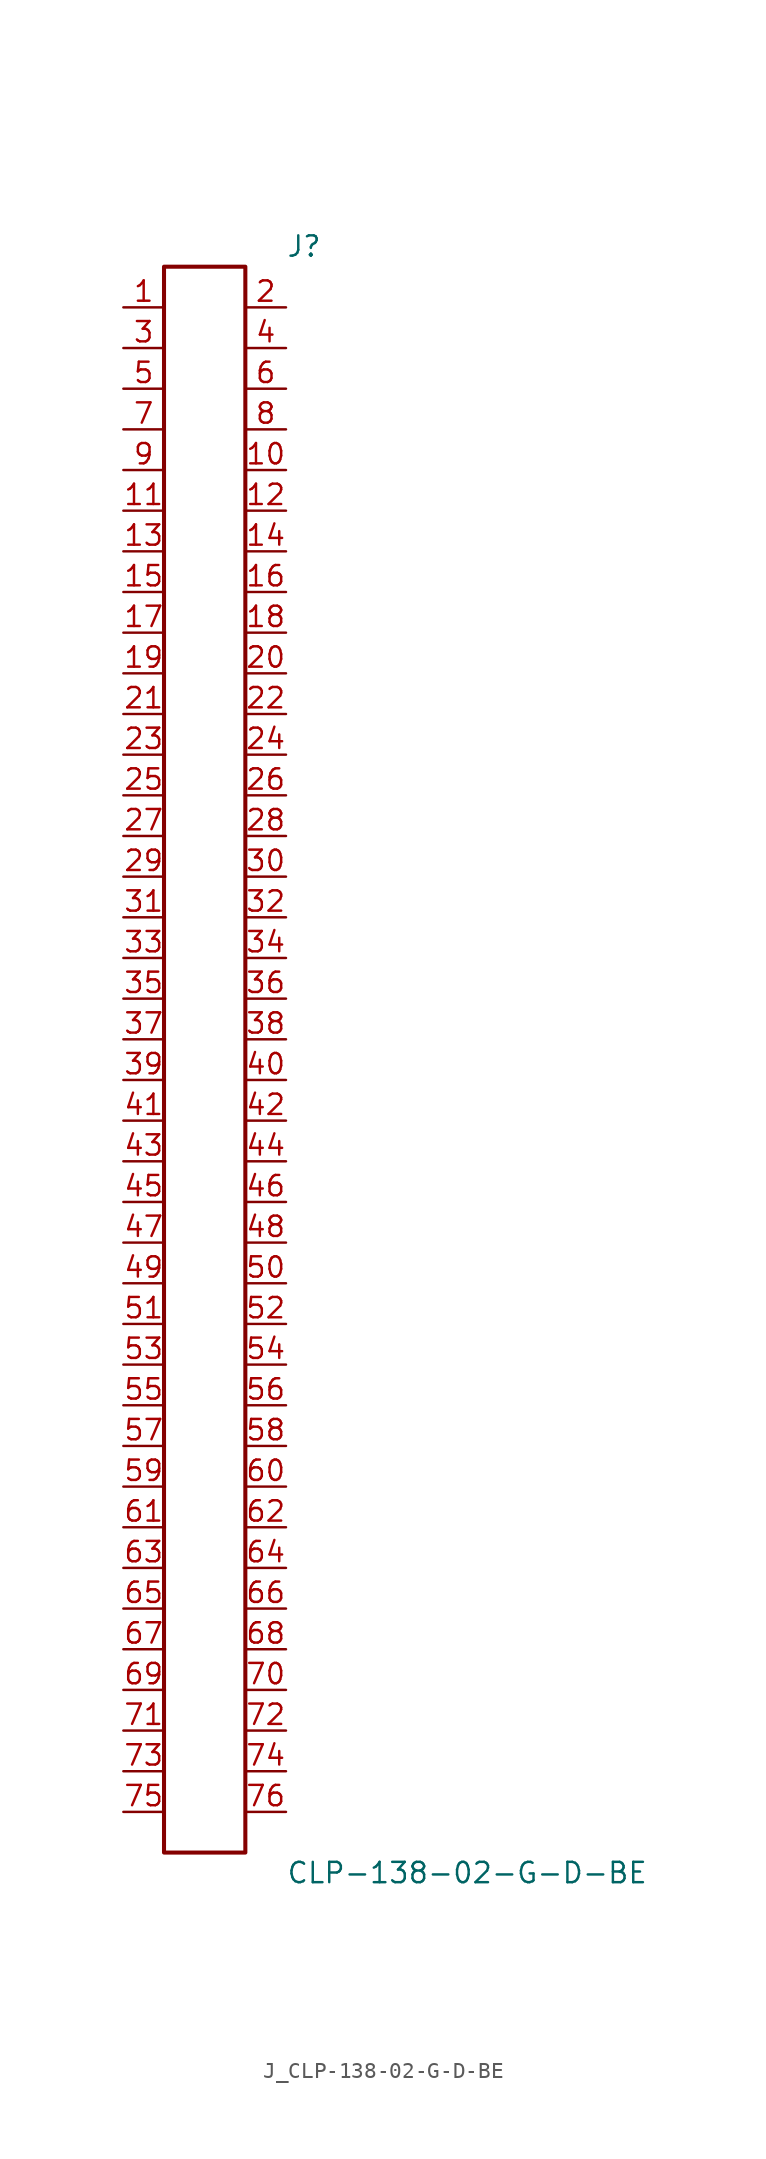
<source format=kicad_sym>
(kicad_symbol_lib
  (version 20231120)
  (generator kicad_symbol_editor)
  (generator_version 8.0)
  (symbol "J_CLP-138-02-G-D-BE"
    (pin_names
      (offset 0.254))
    (property "Reference" "J"
      (at 5.08 50.8 0)
      (effects (font (size 1.27 1.27)) (justify left)))
    (property "Value" "CLP-138-02-G-D-BE"
      (at 5.08 -50.8 0)
      (effects (font (size 1.27 1.27)) (justify left)))
    (symbol "J_CLP-138-02-G-D-BE_0_0"
      (pin passive line (at -5.08 46.99 0) (length 2.54) (name "" (effects (font (size 1.27 1.27)))) (number "1" (effects (font (size 1.27 1.27)))))
      (pin passive line (at 5.08 46.99 180) (length 2.54) (name "" (effects (font (size 1.27 1.27)))) (number "2" (effects (font (size 1.27 1.27)))))
      (pin passive line (at -5.08 44.45 0) (length 2.54) (name "" (effects (font (size 1.27 1.27)))) (number "3" (effects (font (size 1.27 1.27)))))
      (pin passive line (at 5.08 44.45 180) (length 2.54) (name "" (effects (font (size 1.27 1.27)))) (number "4" (effects (font (size 1.27 1.27)))))
      (pin passive line (at -5.08 41.91 0) (length 2.54) (name "" (effects (font (size 1.27 1.27)))) (number "5" (effects (font (size 1.27 1.27)))))
      (pin passive line (at 5.08 41.91 180) (length 2.54) (name "" (effects (font (size 1.27 1.27)))) (number "6" (effects (font (size 1.27 1.27)))))
      (pin passive line (at -5.08 39.37 0) (length 2.54) (name "" (effects (font (size 1.27 1.27)))) (number "7" (effects (font (size 1.27 1.27)))))
      (pin passive line (at 5.08 39.37 180) (length 2.54) (name "" (effects (font (size 1.27 1.27)))) (number "8" (effects (font (size 1.27 1.27)))))
      (pin passive line (at -5.08 36.83 0) (length 2.54) (name "" (effects (font (size 1.27 1.27)))) (number "9" (effects (font (size 1.27 1.27)))))
      (pin passive line (at 5.08 36.83 180) (length 2.54) (name "" (effects (font (size 1.27 1.27)))) (number "10" (effects (font (size 1.27 1.27)))))
      (pin passive line (at -5.08 34.29 0) (length 2.54) (name "" (effects (font (size 1.27 1.27)))) (number "11" (effects (font (size 1.27 1.27)))))
      (pin passive line (at 5.08 34.29 180) (length 2.54) (name "" (effects (font (size 1.27 1.27)))) (number "12" (effects (font (size 1.27 1.27)))))
      (pin passive line (at -5.08 31.75 0) (length 2.54) (name "" (effects (font (size 1.27 1.27)))) (number "13" (effects (font (size 1.27 1.27)))))
      (pin passive line (at 5.08 31.75 180) (length 2.54) (name "" (effects (font (size 1.27 1.27)))) (number "14" (effects (font (size 1.27 1.27)))))
      (pin passive line (at -5.08 29.21 0) (length 2.54) (name "" (effects (font (size 1.27 1.27)))) (number "15" (effects (font (size 1.27 1.27)))))
      (pin passive line (at 5.08 29.21 180) (length 2.54) (name "" (effects (font (size 1.27 1.27)))) (number "16" (effects (font (size 1.27 1.27)))))
      (pin passive line (at -5.08 26.67 0) (length 2.54) (name "" (effects (font (size 1.27 1.27)))) (number "17" (effects (font (size 1.27 1.27)))))
      (pin passive line (at 5.08 26.67 180) (length 2.54) (name "" (effects (font (size 1.27 1.27)))) (number "18" (effects (font (size 1.27 1.27)))))
      (pin passive line (at -5.08 24.13 0) (length 2.54) (name "" (effects (font (size 1.27 1.27)))) (number "19" (effects (font (size 1.27 1.27)))))
      (pin passive line (at 5.08 24.13 180) (length 2.54) (name "" (effects (font (size 1.27 1.27)))) (number "20" (effects (font (size 1.27 1.27)))))
      (pin passive line (at -5.08 21.59 0) (length 2.54) (name "" (effects (font (size 1.27 1.27)))) (number "21" (effects (font (size 1.27 1.27)))))
      (pin passive line (at 5.08 21.59 180) (length 2.54) (name "" (effects (font (size 1.27 1.27)))) (number "22" (effects (font (size 1.27 1.27)))))
      (pin passive line (at -5.08 19.05 0) (length 2.54) (name "" (effects (font (size 1.27 1.27)))) (number "23" (effects (font (size 1.27 1.27)))))
      (pin passive line (at 5.08 19.05 180) (length 2.54) (name "" (effects (font (size 1.27 1.27)))) (number "24" (effects (font (size 1.27 1.27)))))
      (pin passive line (at -5.08 16.51 0) (length 2.54) (name "" (effects (font (size 1.27 1.27)))) (number "25" (effects (font (size 1.27 1.27)))))
      (pin passive line (at 5.08 16.51 180) (length 2.54) (name "" (effects (font (size 1.27 1.27)))) (number "26" (effects (font (size 1.27 1.27)))))
      (pin passive line (at -5.08 13.97 0) (length 2.54) (name "" (effects (font (size 1.27 1.27)))) (number "27" (effects (font (size 1.27 1.27)))))
      (pin passive line (at 5.08 13.97 180) (length 2.54) (name "" (effects (font (size 1.27 1.27)))) (number "28" (effects (font (size 1.27 1.27)))))
      (pin passive line (at -5.08 11.43 0) (length 2.54) (name "" (effects (font (size 1.27 1.27)))) (number "29" (effects (font (size 1.27 1.27)))))
      (pin passive line (at 5.08 11.43 180) (length 2.54) (name "" (effects (font (size 1.27 1.27)))) (number "30" (effects (font (size 1.27 1.27)))))
      (pin passive line (at -5.08 8.89 0) (length 2.54) (name "" (effects (font (size 1.27 1.27)))) (number "31" (effects (font (size 1.27 1.27)))))
      (pin passive line (at 5.08 8.89 180) (length 2.54) (name "" (effects (font (size 1.27 1.27)))) (number "32" (effects (font (size 1.27 1.27)))))
      (pin passive line (at -5.08 6.35 0) (length 2.54) (name "" (effects (font (size 1.27 1.27)))) (number "33" (effects (font (size 1.27 1.27)))))
      (pin passive line (at 5.08 6.35 180) (length 2.54) (name "" (effects (font (size 1.27 1.27)))) (number "34" (effects (font (size 1.27 1.27)))))
      (pin passive line (at -5.08 3.81 0) (length 2.54) (name "" (effects (font (size 1.27 1.27)))) (number "35" (effects (font (size 1.27 1.27)))))
      (pin passive line (at 5.08 3.81 180) (length 2.54) (name "" (effects (font (size 1.27 1.27)))) (number "36" (effects (font (size 1.27 1.27)))))
      (pin passive line (at -5.08 1.27 0) (length 2.54) (name "" (effects (font (size 1.27 1.27)))) (number "37" (effects (font (size 1.27 1.27)))))
      (pin passive line (at 5.08 1.27 180) (length 2.54) (name "" (effects (font (size 1.27 1.27)))) (number "38" (effects (font (size 1.27 1.27)))))
      (pin passive line (at -5.08 -1.27 0) (length 2.54) (name "" (effects (font (size 1.27 1.27)))) (number "39" (effects (font (size 1.27 1.27)))))
      (pin passive line (at 5.08 -1.27 180) (length 2.54) (name "" (effects (font (size 1.27 1.27)))) (number "40" (effects (font (size 1.27 1.27)))))
      (pin passive line (at -5.08 -3.81 0) (length 2.54) (name "" (effects (font (size 1.27 1.27)))) (number "41" (effects (font (size 1.27 1.27)))))
      (pin passive line (at 5.08 -3.81 180) (length 2.54) (name "" (effects (font (size 1.27 1.27)))) (number "42" (effects (font (size 1.27 1.27)))))
      (pin passive line (at -5.08 -6.35 0) (length 2.54) (name "" (effects (font (size 1.27 1.27)))) (number "43" (effects (font (size 1.27 1.27)))))
      (pin passive line (at 5.08 -6.35 180) (length 2.54) (name "" (effects (font (size 1.27 1.27)))) (number "44" (effects (font (size 1.27 1.27)))))
      (pin passive line (at -5.08 -8.89 0) (length 2.54) (name "" (effects (font (size 1.27 1.27)))) (number "45" (effects (font (size 1.27 1.27)))))
      (pin passive line (at 5.08 -8.89 180) (length 2.54) (name "" (effects (font (size 1.27 1.27)))) (number "46" (effects (font (size 1.27 1.27)))))
      (pin passive line (at -5.08 -11.43 0) (length 2.54) (name "" (effects (font (size 1.27 1.27)))) (number "47" (effects (font (size 1.27 1.27)))))
      (pin passive line (at 5.08 -11.43 180) (length 2.54) (name "" (effects (font (size 1.27 1.27)))) (number "48" (effects (font (size 1.27 1.27)))))
      (pin passive line (at -5.08 -13.97 0) (length 2.54) (name "" (effects (font (size 1.27 1.27)))) (number "49" (effects (font (size 1.27 1.27)))))
      (pin passive line (at 5.08 -13.97 180) (length 2.54) (name "" (effects (font (size 1.27 1.27)))) (number "50" (effects (font (size 1.27 1.27)))))
      (pin passive line (at -5.08 -16.51 0) (length 2.54) (name "" (effects (font (size 1.27 1.27)))) (number "51" (effects (font (size 1.27 1.27)))))
      (pin passive line (at 5.08 -16.51 180) (length 2.54) (name "" (effects (font (size 1.27 1.27)))) (number "52" (effects (font (size 1.27 1.27)))))
      (pin passive line (at -5.08 -19.05 0) (length 2.54) (name "" (effects (font (size 1.27 1.27)))) (number "53" (effects (font (size 1.27 1.27)))))
      (pin passive line (at 5.08 -19.05 180) (length 2.54) (name "" (effects (font (size 1.27 1.27)))) (number "54" (effects (font (size 1.27 1.27)))))
      (pin passive line (at -5.08 -21.59 0) (length 2.54) (name "" (effects (font (size 1.27 1.27)))) (number "55" (effects (font (size 1.27 1.27)))))
      (pin passive line (at 5.08 -21.59 180) (length 2.54) (name "" (effects (font (size 1.27 1.27)))) (number "56" (effects (font (size 1.27 1.27)))))
      (pin passive line (at -5.08 -24.13 0) (length 2.54) (name "" (effects (font (size 1.27 1.27)))) (number "57" (effects (font (size 1.27 1.27)))))
      (pin passive line (at 5.08 -24.13 180) (length 2.54) (name "" (effects (font (size 1.27 1.27)))) (number "58" (effects (font (size 1.27 1.27)))))
      (pin passive line (at -5.08 -26.67 0) (length 2.54) (name "" (effects (font (size 1.27 1.27)))) (number "59" (effects (font (size 1.27 1.27)))))
      (pin passive line (at 5.08 -26.67 180) (length 2.54) (name "" (effects (font (size 1.27 1.27)))) (number "60" (effects (font (size 1.27 1.27)))))
      (pin passive line (at -5.08 -29.21 0) (length 2.54) (name "" (effects (font (size 1.27 1.27)))) (number "61" (effects (font (size 1.27 1.27)))))
      (pin passive line (at 5.08 -29.21 180) (length 2.54) (name "" (effects (font (size 1.27 1.27)))) (number "62" (effects (font (size 1.27 1.27)))))
      (pin passive line (at -5.08 -31.75 0) (length 2.54) (name "" (effects (font (size 1.27 1.27)))) (number "63" (effects (font (size 1.27 1.27)))))
      (pin passive line (at 5.08 -31.75 180) (length 2.54) (name "" (effects (font (size 1.27 1.27)))) (number "64" (effects (font (size 1.27 1.27)))))
      (pin passive line (at -5.08 -34.29 0) (length 2.54) (name "" (effects (font (size 1.27 1.27)))) (number "65" (effects (font (size 1.27 1.27)))))
      (pin passive line (at 5.08 -34.29 180) (length 2.54) (name "" (effects (font (size 1.27 1.27)))) (number "66" (effects (font (size 1.27 1.27)))))
      (pin passive line (at -5.08 -36.83 0) (length 2.54) (name "" (effects (font (size 1.27 1.27)))) (number "67" (effects (font (size 1.27 1.27)))))
      (pin passive line (at 5.08 -36.83 180) (length 2.54) (name "" (effects (font (size 1.27 1.27)))) (number "68" (effects (font (size 1.27 1.27)))))
      (pin passive line (at -5.08 -39.37 0) (length 2.54) (name "" (effects (font (size 1.27 1.27)))) (number "69" (effects (font (size 1.27 1.27)))))
      (pin passive line (at 5.08 -39.37 180) (length 2.54) (name "" (effects (font (size 1.27 1.27)))) (number "70" (effects (font (size 1.27 1.27)))))
      (pin passive line (at -5.08 -41.91 0) (length 2.54) (name "" (effects (font (size 1.27 1.27)))) (number "71" (effects (font (size 1.27 1.27)))))
      (pin passive line (at 5.08 -41.91 180) (length 2.54) (name "" (effects (font (size 1.27 1.27)))) (number "72" (effects (font (size 1.27 1.27)))))
      (pin passive line (at -5.08 -44.45 0) (length 2.54) (name "" (effects (font (size 1.27 1.27)))) (number "73" (effects (font (size 1.27 1.27)))))
      (pin passive line (at 5.08 -44.45 180) (length 2.54) (name "" (effects (font (size 1.27 1.27)))) (number "74" (effects (font (size 1.27 1.27)))))
      (pin passive line (at -5.08 -46.99 0) (length 2.54) (name "" (effects (font (size 1.27 1.27)))) (number "75" (effects (font (size 1.27 1.27)))))
      (pin passive line (at 5.08 -46.99 180) (length 2.54) (name "" (effects (font (size 1.27 1.27)))) (number "76" (effects (font (size 1.27 1.27))))))
    (symbol "J_CLP-138-02-G-D-BE_1_0"
      (rectangle (start -2.54 49.53) (end 2.54 -49.53) (stroke (width 0.254) (type solid)) (fill (type none))))))
</source>
